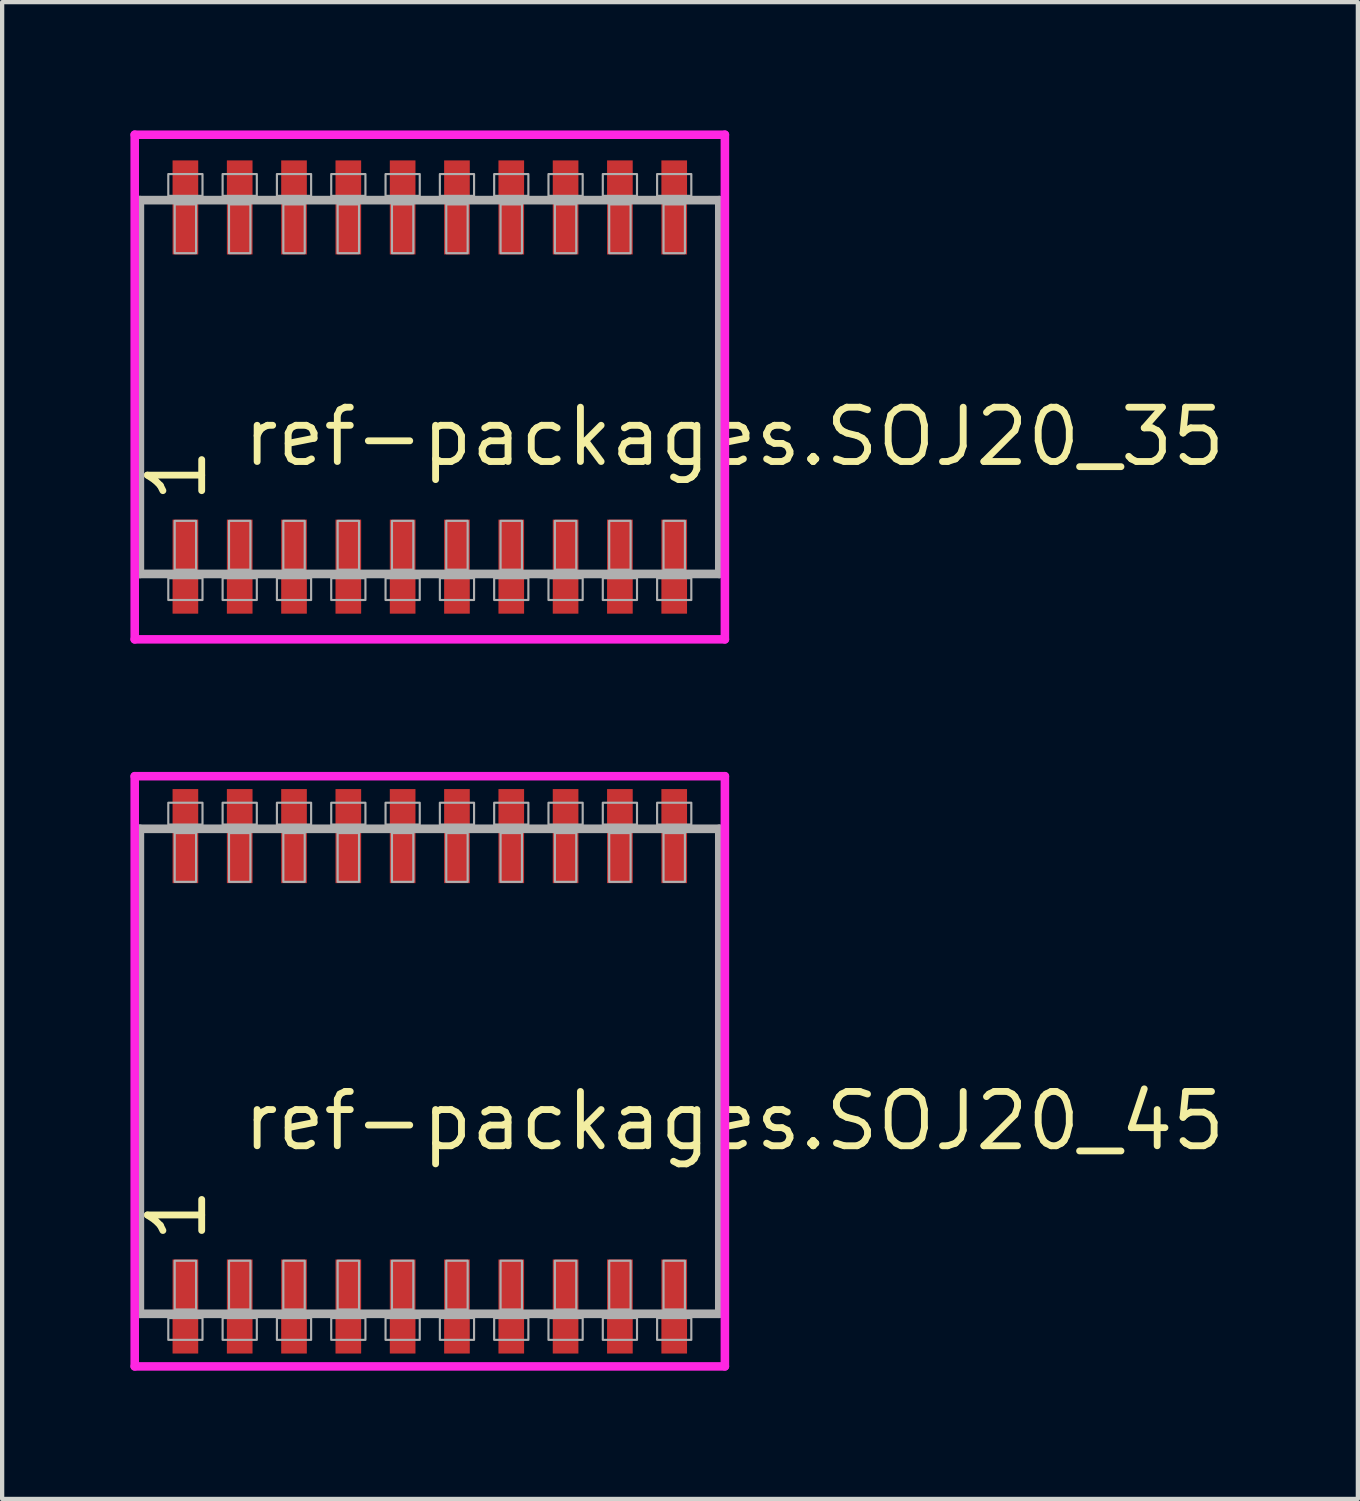
<source format=kicad_pcb>
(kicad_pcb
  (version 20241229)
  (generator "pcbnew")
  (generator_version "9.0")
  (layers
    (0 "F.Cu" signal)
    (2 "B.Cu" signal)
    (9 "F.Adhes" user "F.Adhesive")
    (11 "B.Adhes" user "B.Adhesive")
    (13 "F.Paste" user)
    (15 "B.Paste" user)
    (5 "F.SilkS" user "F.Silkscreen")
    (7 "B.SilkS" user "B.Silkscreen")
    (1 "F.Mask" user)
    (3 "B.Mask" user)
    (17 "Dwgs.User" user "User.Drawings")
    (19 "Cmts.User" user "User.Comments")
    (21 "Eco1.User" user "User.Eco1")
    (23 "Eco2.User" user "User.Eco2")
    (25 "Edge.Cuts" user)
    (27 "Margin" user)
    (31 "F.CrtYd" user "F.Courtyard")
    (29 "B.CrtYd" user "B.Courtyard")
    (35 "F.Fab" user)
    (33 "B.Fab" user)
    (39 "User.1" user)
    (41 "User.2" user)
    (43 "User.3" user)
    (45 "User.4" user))
  (footprint "ref-packages.SOJ20_45"
    (layer "F.Cu")
    (at 7 22)
    (property "Reference" "ref-packages.SOJ20_45" (at -4.445 1.905 0) (layer "F.SilkS") (effects (font (size 1.27 1.27) (thickness 0.16)) (justify left bottom)))
    (attr smd)
    (fp_line (start -6.9 -6.9) (end 6.9 -6.9) (stroke (width 0.2) (type default)) (layer "F.CrtYd"))
    (fp_line (start -6.9 6.9) (end -6.9 -6.9) (stroke (width 0.2) (type default)) (layer "F.CrtYd"))
    (fp_line (start 6.9 -6.9) (end 6.9 6.9) (stroke (width 0.2) (type default)) (layer "F.CrtYd"))
    (fp_line (start 6.9 6.9) (end -6.9 6.9) (stroke (width 0.2) (type default)) (layer "F.CrtYd"))
    (fp_line (start -6.78 -5.67) (end 6.77 -5.67) (stroke (width 0.203) (type default)) (layer "F.Fab"))
    (fp_line (start -6.78 5.67) (end -6.78 -5.67) (stroke (width 0.203) (type default)) (layer "F.Fab"))
    (fp_line (start 6.77 -5.67) (end 6.77 5.67) (stroke (width 0.203) (type default)) (layer "F.Fab"))
    (fp_line (start 6.77 5.67) (end -6.78 5.67) (stroke (width 0.203) (type default)) (layer "F.Fab"))
    (fp_rect (start -6.115 -5.77) (end -5.315 -6.28) (stroke (width 0.05) (type default)) (fill no) (layer "F.Fab"))
    (fp_rect (start -6.115 6.28) (end -5.315 5.77) (stroke (width 0.05) (type default)) (fill no) (layer "F.Fab"))
    (fp_rect (start -5.965 -4.43) (end -5.465 -5.57) (stroke (width 0.05) (type default)) (fill no) (layer "F.Fab"))
    (fp_rect (start -5.965 5.57) (end -5.465 4.43) (stroke (width 0.05) (type default)) (fill no) (layer "F.Fab"))
    (fp_rect (start -4.845 -5.77) (end -4.045 -6.28) (stroke (width 0.05) (type default)) (fill no) (layer "F.Fab"))
    (fp_rect (start -4.845 6.28) (end -4.045 5.77) (stroke (width 0.05) (type default)) (fill no) (layer "F.Fab"))
    (fp_rect (start -4.695 -4.43) (end -4.195 -5.57) (stroke (width 0.05) (type default)) (fill no) (layer "F.Fab"))
    (fp_rect (start -4.695 5.57) (end -4.195 4.43) (stroke (width 0.05) (type default)) (fill no) (layer "F.Fab"))
    (fp_rect (start -3.575 -5.77) (end -2.775 -6.28) (stroke (width 0.05) (type default)) (fill no) (layer "F.Fab"))
    (fp_rect (start -3.575 6.28) (end -2.775 5.77) (stroke (width 0.05) (type default)) (fill no) (layer "F.Fab"))
    (fp_rect (start -3.425 -4.43) (end -2.925 -5.57) (stroke (width 0.05) (type default)) (fill no) (layer "F.Fab"))
    (fp_rect (start -3.425 5.57) (end -2.925 4.43) (stroke (width 0.05) (type default)) (fill no) (layer "F.Fab"))
    (fp_rect (start -2.305 -5.77) (end -1.505 -6.28) (stroke (width 0.05) (type default)) (fill no) (layer "F.Fab"))
    (fp_rect (start -2.305 6.28) (end -1.505 5.77) (stroke (width 0.05) (type default)) (fill no) (layer "F.Fab"))
    (fp_rect (start -2.155 -4.43) (end -1.655 -5.57) (stroke (width 0.05) (type default)) (fill no) (layer "F.Fab"))
    (fp_rect (start -2.155 5.57) (end -1.655 4.43) (stroke (width 0.05) (type default)) (fill no) (layer "F.Fab"))
    (fp_rect (start -1.035 -5.77) (end -0.235 -6.28) (stroke (width 0.05) (type default)) (fill no) (layer "F.Fab"))
    (fp_rect (start -1.035 6.28) (end -0.235 5.77) (stroke (width 0.05) (type default)) (fill no) (layer "F.Fab"))
    (fp_rect (start -0.885 -4.43) (end -0.385 -5.57) (stroke (width 0.05) (type default)) (fill no) (layer "F.Fab"))
    (fp_rect (start -0.885 5.57) (end -0.385 4.43) (stroke (width 0.05) (type default)) (fill no) (layer "F.Fab"))
    (fp_rect (start 0.235 -5.77) (end 1.035 -6.28) (stroke (width 0.05) (type default)) (fill no) (layer "F.Fab"))
    (fp_rect (start 0.235 6.28) (end 1.035 5.77) (stroke (width 0.05) (type default)) (fill no) (layer "F.Fab"))
    (fp_rect (start 0.385 -4.43) (end 0.885 -5.57) (stroke (width 0.05) (type default)) (fill no) (layer "F.Fab"))
    (fp_rect (start 0.385 5.57) (end 0.885 4.43) (stroke (width 0.05) (type default)) (fill no) (layer "F.Fab"))
    (fp_rect (start 1.505 -5.77) (end 2.305 -6.28) (stroke (width 0.05) (type default)) (fill no) (layer "F.Fab"))
    (fp_rect (start 1.505 6.28) (end 2.305 5.77) (stroke (width 0.05) (type default)) (fill no) (layer "F.Fab"))
    (fp_rect (start 1.655 -4.43) (end 2.155 -5.57) (stroke (width 0.05) (type default)) (fill no) (layer "F.Fab"))
    (fp_rect (start 1.655 5.57) (end 2.155 4.43) (stroke (width 0.05) (type default)) (fill no) (layer "F.Fab"))
    (fp_rect (start 2.775 -5.77) (end 3.575 -6.28) (stroke (width 0.05) (type default)) (fill no) (layer "F.Fab"))
    (fp_rect (start 2.775 6.28) (end 3.575 5.77) (stroke (width 0.05) (type default)) (fill no) (layer "F.Fab"))
    (fp_rect (start 2.925 -4.43) (end 3.425 -5.57) (stroke (width 0.05) (type default)) (fill no) (layer "F.Fab"))
    (fp_rect (start 2.925 5.57) (end 3.425 4.43) (stroke (width 0.05) (type default)) (fill no) (layer "F.Fab"))
    (fp_rect (start 4.045 -5.77) (end 4.845 -6.28) (stroke (width 0.05) (type default)) (fill no) (layer "F.Fab"))
    (fp_rect (start 4.045 6.28) (end 4.845 5.77) (stroke (width 0.05) (type default)) (fill no) (layer "F.Fab"))
    (fp_rect (start 4.195 -4.43) (end 4.695 -5.57) (stroke (width 0.05) (type default)) (fill no) (layer "F.Fab"))
    (fp_rect (start 4.195 5.57) (end 4.695 4.43) (stroke (width 0.05) (type default)) (fill no) (layer "F.Fab"))
    (fp_rect (start 5.315 -5.77) (end 6.115 -6.28) (stroke (width 0.05) (type default)) (fill no) (layer "F.Fab"))
    (fp_rect (start 5.315 6.28) (end 6.115 5.77) (stroke (width 0.05) (type default)) (fill no) (layer "F.Fab"))
    (fp_rect (start 5.465 -4.43) (end 5.965 -5.57) (stroke (width 0.05) (type default)) (fill no) (layer "F.Fab"))
    (fp_rect (start 5.465 5.57) (end 5.965 4.43) (stroke (width 0.05) (type default)) (fill no) (layer "F.Fab"))
    (fp_text user "1" (at -5.17 4.07 90) (layer "F.SilkS") (effects (font (size 1.27 1.27) (thickness 0.16)) (justify left bottom)))
    (pad "1" smd roundrect (at -5.715 5.5) (size 0.6 2.2) (layers "F.Cu" "F.Mask" "F.Paste") (roundrect_rratio 0.01))
    (pad "2" smd roundrect (at -4.445 5.5) (size 0.6 2.2) (layers "F.Cu" "F.Mask" "F.Paste") (roundrect_rratio 0.01))
    (pad "3" smd roundrect (at -3.175 5.5) (size 0.6 2.2) (layers "F.Cu" "F.Mask" "F.Paste") (roundrect_rratio 0.01))
    (pad "4" smd roundrect (at -1.905 5.5) (size 0.6 2.2) (layers "F.Cu" "F.Mask" "F.Paste") (roundrect_rratio 0.01))
    (pad "5" smd roundrect (at -0.635 5.5) (size 0.6 2.2) (layers "F.Cu" "F.Mask" "F.Paste") (roundrect_rratio 0.01))
    (pad "6" smd roundrect (at 0.635 5.5) (size 0.6 2.2) (layers "F.Cu" "F.Mask" "F.Paste") (roundrect_rratio 0.01))
    (pad "7" smd roundrect (at 1.905 5.5) (size 0.6 2.2) (layers "F.Cu" "F.Mask" "F.Paste") (roundrect_rratio 0.01))
    (pad "8" smd roundrect (at 3.175 5.5) (size 0.6 2.2) (layers "F.Cu" "F.Mask" "F.Paste") (roundrect_rratio 0.01))
    (pad "9" smd roundrect (at 4.445 5.5) (size 0.6 2.2) (layers "F.Cu" "F.Mask" "F.Paste") (roundrect_rratio 0.01))
    (pad "10" smd roundrect (at 5.715 5.5) (size 0.6 2.2) (layers "F.Cu" "F.Mask" "F.Paste") (roundrect_rratio 0.01))
    (pad "11" smd roundrect (at 5.715 -5.5) (size 0.6 2.2) (layers "F.Cu" "F.Mask" "F.Paste") (roundrect_rratio 0.01))
    (pad "12" smd roundrect (at 4.445 -5.5) (size 0.6 2.2) (layers "F.Cu" "F.Mask" "F.Paste") (roundrect_rratio 0.01))
    (pad "13" smd roundrect (at 3.175 -5.5) (size 0.6 2.2) (layers "F.Cu" "F.Mask" "F.Paste") (roundrect_rratio 0.01))
    (pad "14" smd roundrect (at 1.905 -5.5) (size 0.6 2.2) (layers "F.Cu" "F.Mask" "F.Paste") (roundrect_rratio 0.01))
    (pad "15" smd roundrect (at 0.635 -5.5) (size 0.6 2.2) (layers "F.Cu" "F.Mask" "F.Paste") (roundrect_rratio 0.01))
    (pad "16" smd roundrect (at -0.635 -5.5) (size 0.6 2.2) (layers "F.Cu" "F.Mask" "F.Paste") (roundrect_rratio 0.01))
    (pad "17" smd roundrect (at -1.905 -5.5) (size 0.6 2.2) (layers "F.Cu" "F.Mask" "F.Paste") (roundrect_rratio 0.01))
    (pad "18" smd roundrect (at -3.175 -5.5) (size 0.6 2.2) (layers "F.Cu" "F.Mask" "F.Paste") (roundrect_rratio 0.01))
    (pad "19" smd roundrect (at -4.445 -5.5) (size 0.6 2.2) (layers "F.Cu" "F.Mask" "F.Paste") (roundrect_rratio 0.01))
    (pad "20" smd roundrect (at -5.715 -5.5) (size 0.6 2.2) (layers "F.Cu" "F.Mask" "F.Paste") (roundrect_rratio 0.01)))
  (footprint "ref-packages.SOJ20_35"
    (layer "F.Cu")
    (at 7 6)
    (property "Reference" "ref-packages.SOJ20_35" (at -4.445 1.905 0) (layer "F.SilkS") (effects (font (size 1.27 1.27) (thickness 0.16)) (justify left bottom)))
    (attr smd)
    (fp_line (start -6.9 -5.9) (end 6.9 -5.9) (stroke (width 0.2) (type default)) (layer "F.CrtYd"))
    (fp_line (start -6.9 5.9) (end -6.9 -5.9) (stroke (width 0.2) (type default)) (layer "F.CrtYd"))
    (fp_line (start 6.9 -5.9) (end 6.9 5.9) (stroke (width 0.2) (type default)) (layer "F.CrtYd"))
    (fp_line (start 6.9 5.9) (end -6.9 5.9) (stroke (width 0.2) (type default)) (layer "F.CrtYd"))
    (fp_line (start -6.78 -4.37) (end 6.77 -4.37) (stroke (width 0.203) (type default)) (layer "F.Fab"))
    (fp_line (start -6.78 4.37) (end -6.78 -4.37) (stroke (width 0.203) (type default)) (layer "F.Fab"))
    (fp_line (start 6.77 -4.37) (end 6.77 4.37) (stroke (width 0.203) (type default)) (layer "F.Fab"))
    (fp_line (start 6.77 4.37) (end -6.78 4.37) (stroke (width 0.203) (type default)) (layer "F.Fab"))
    (fp_rect (start -6.115 -4.47) (end -5.315 -4.98) (stroke (width 0.05) (type default)) (fill no) (layer "F.Fab"))
    (fp_rect (start -6.115 4.98) (end -5.315 4.47) (stroke (width 0.05) (type default)) (fill no) (layer "F.Fab"))
    (fp_rect (start -5.965 -3.13) (end -5.465 -4.27) (stroke (width 0.05) (type default)) (fill no) (layer "F.Fab"))
    (fp_rect (start -5.965 4.27) (end -5.465 3.13) (stroke (width 0.05) (type default)) (fill no) (layer "F.Fab"))
    (fp_rect (start -4.845 -4.47) (end -4.045 -4.98) (stroke (width 0.05) (type default)) (fill no) (layer "F.Fab"))
    (fp_rect (start -4.845 4.98) (end -4.045 4.47) (stroke (width 0.05) (type default)) (fill no) (layer "F.Fab"))
    (fp_rect (start -4.695 -3.13) (end -4.195 -4.27) (stroke (width 0.05) (type default)) (fill no) (layer "F.Fab"))
    (fp_rect (start -4.695 4.27) (end -4.195 3.13) (stroke (width 0.05) (type default)) (fill no) (layer "F.Fab"))
    (fp_rect (start -3.575 -4.47) (end -2.775 -4.98) (stroke (width 0.05) (type default)) (fill no) (layer "F.Fab"))
    (fp_rect (start -3.575 4.98) (end -2.775 4.47) (stroke (width 0.05) (type default)) (fill no) (layer "F.Fab"))
    (fp_rect (start -3.425 -3.13) (end -2.925 -4.27) (stroke (width 0.05) (type default)) (fill no) (layer "F.Fab"))
    (fp_rect (start -3.425 4.27) (end -2.925 3.13) (stroke (width 0.05) (type default)) (fill no) (layer "F.Fab"))
    (fp_rect (start -2.305 -4.47) (end -1.505 -4.98) (stroke (width 0.05) (type default)) (fill no) (layer "F.Fab"))
    (fp_rect (start -2.305 4.98) (end -1.505 4.47) (stroke (width 0.05) (type default)) (fill no) (layer "F.Fab"))
    (fp_rect (start -2.155 -3.13) (end -1.655 -4.27) (stroke (width 0.05) (type default)) (fill no) (layer "F.Fab"))
    (fp_rect (start -2.155 4.27) (end -1.655 3.13) (stroke (width 0.05) (type default)) (fill no) (layer "F.Fab"))
    (fp_rect (start -1.035 -4.47) (end -0.235 -4.98) (stroke (width 0.05) (type default)) (fill no) (layer "F.Fab"))
    (fp_rect (start -1.035 4.98) (end -0.235 4.47) (stroke (width 0.05) (type default)) (fill no) (layer "F.Fab"))
    (fp_rect (start -0.885 -3.13) (end -0.385 -4.27) (stroke (width 0.05) (type default)) (fill no) (layer "F.Fab"))
    (fp_rect (start -0.885 4.27) (end -0.385 3.13) (stroke (width 0.05) (type default)) (fill no) (layer "F.Fab"))
    (fp_rect (start 0.235 -4.47) (end 1.035 -4.98) (stroke (width 0.05) (type default)) (fill no) (layer "F.Fab"))
    (fp_rect (start 0.235 4.98) (end 1.035 4.47) (stroke (width 0.05) (type default)) (fill no) (layer "F.Fab"))
    (fp_rect (start 0.385 -3.13) (end 0.885 -4.27) (stroke (width 0.05) (type default)) (fill no) (layer "F.Fab"))
    (fp_rect (start 0.385 4.27) (end 0.885 3.13) (stroke (width 0.05) (type default)) (fill no) (layer "F.Fab"))
    (fp_rect (start 1.505 -4.47) (end 2.305 -4.98) (stroke (width 0.05) (type default)) (fill no) (layer "F.Fab"))
    (fp_rect (start 1.505 4.98) (end 2.305 4.47) (stroke (width 0.05) (type default)) (fill no) (layer "F.Fab"))
    (fp_rect (start 1.655 -3.13) (end 2.155 -4.27) (stroke (width 0.05) (type default)) (fill no) (layer "F.Fab"))
    (fp_rect (start 1.655 4.27) (end 2.155 3.13) (stroke (width 0.05) (type default)) (fill no) (layer "F.Fab"))
    (fp_rect (start 2.775 -4.47) (end 3.575 -4.98) (stroke (width 0.05) (type default)) (fill no) (layer "F.Fab"))
    (fp_rect (start 2.775 4.98) (end 3.575 4.47) (stroke (width 0.05) (type default)) (fill no) (layer "F.Fab"))
    (fp_rect (start 2.925 -3.13) (end 3.425 -4.27) (stroke (width 0.05) (type default)) (fill no) (layer "F.Fab"))
    (fp_rect (start 2.925 4.27) (end 3.425 3.13) (stroke (width 0.05) (type default)) (fill no) (layer "F.Fab"))
    (fp_rect (start 4.045 -4.47) (end 4.845 -4.98) (stroke (width 0.05) (type default)) (fill no) (layer "F.Fab"))
    (fp_rect (start 4.045 4.98) (end 4.845 4.47) (stroke (width 0.05) (type default)) (fill no) (layer "F.Fab"))
    (fp_rect (start 4.195 -3.13) (end 4.695 -4.27) (stroke (width 0.05) (type default)) (fill no) (layer "F.Fab"))
    (fp_rect (start 4.195 4.27) (end 4.695 3.13) (stroke (width 0.05) (type default)) (fill no) (layer "F.Fab"))
    (fp_rect (start 5.315 -4.47) (end 6.115 -4.98) (stroke (width 0.05) (type default)) (fill no) (layer "F.Fab"))
    (fp_rect (start 5.315 4.98) (end 6.115 4.47) (stroke (width 0.05) (type default)) (fill no) (layer "F.Fab"))
    (fp_rect (start 5.465 -3.13) (end 5.965 -4.27) (stroke (width 0.05) (type default)) (fill no) (layer "F.Fab"))
    (fp_rect (start 5.465 4.27) (end 5.965 3.13) (stroke (width 0.05) (type default)) (fill no) (layer "F.Fab"))
    (fp_text user "1" (at -5.17 2.77 90) (layer "F.SilkS") (effects (font (size 1.27 1.27) (thickness 0.16)) (justify left bottom)))
    (pad "1" smd roundrect (at -5.715 4.2) (size 0.6 2.2) (layers "F.Cu" "F.Mask" "F.Paste") (roundrect_rratio 0.01))
    (pad "2" smd roundrect (at -4.445 4.2) (size 0.6 2.2) (layers "F.Cu" "F.Mask" "F.Paste") (roundrect_rratio 0.01))
    (pad "3" smd roundrect (at -3.175 4.2) (size 0.6 2.2) (layers "F.Cu" "F.Mask" "F.Paste") (roundrect_rratio 0.01))
    (pad "4" smd roundrect (at -1.905 4.2) (size 0.6 2.2) (layers "F.Cu" "F.Mask" "F.Paste") (roundrect_rratio 0.01))
    (pad "5" smd roundrect (at -0.635 4.2) (size 0.6 2.2) (layers "F.Cu" "F.Mask" "F.Paste") (roundrect_rratio 0.01))
    (pad "6" smd roundrect (at 0.635 4.2) (size 0.6 2.2) (layers "F.Cu" "F.Mask" "F.Paste") (roundrect_rratio 0.01))
    (pad "7" smd roundrect (at 1.905 4.2) (size 0.6 2.2) (layers "F.Cu" "F.Mask" "F.Paste") (roundrect_rratio 0.01))
    (pad "8" smd roundrect (at 3.175 4.2) (size 0.6 2.2) (layers "F.Cu" "F.Mask" "F.Paste") (roundrect_rratio 0.01))
    (pad "9" smd roundrect (at 4.445 4.2) (size 0.6 2.2) (layers "F.Cu" "F.Mask" "F.Paste") (roundrect_rratio 0.01))
    (pad "10" smd roundrect (at 5.715 4.2) (size 0.6 2.2) (layers "F.Cu" "F.Mask" "F.Paste") (roundrect_rratio 0.01))
    (pad "11" smd roundrect (at 5.715 -4.2) (size 0.6 2.2) (layers "F.Cu" "F.Mask" "F.Paste") (roundrect_rratio 0.01))
    (pad "12" smd roundrect (at 4.445 -4.2) (size 0.6 2.2) (layers "F.Cu" "F.Mask" "F.Paste") (roundrect_rratio 0.01))
    (pad "13" smd roundrect (at 3.175 -4.2) (size 0.6 2.2) (layers "F.Cu" "F.Mask" "F.Paste") (roundrect_rratio 0.01))
    (pad "14" smd roundrect (at 1.905 -4.2) (size 0.6 2.2) (layers "F.Cu" "F.Mask" "F.Paste") (roundrect_rratio 0.01))
    (pad "15" smd roundrect (at 0.635 -4.2) (size 0.6 2.2) (layers "F.Cu" "F.Mask" "F.Paste") (roundrect_rratio 0.01))
    (pad "16" smd roundrect (at -0.635 -4.2) (size 0.6 2.2) (layers "F.Cu" "F.Mask" "F.Paste") (roundrect_rratio 0.01))
    (pad "17" smd roundrect (at -1.905 -4.2) (size 0.6 2.2) (layers "F.Cu" "F.Mask" "F.Paste") (roundrect_rratio 0.01))
    (pad "18" smd roundrect (at -3.175 -4.2) (size 0.6 2.2) (layers "F.Cu" "F.Mask" "F.Paste") (roundrect_rratio 0.01))
    (pad "19" smd roundrect (at -4.445 -4.2) (size 0.6 2.2) (layers "F.Cu" "F.Mask" "F.Paste") (roundrect_rratio 0.01))
    (pad "20" smd roundrect (at -5.715 -4.2) (size 0.6 2.2) (layers "F.Cu" "F.Mask" "F.Paste") (roundrect_rratio 0.01)))
  (gr_rect
    (start -3 -3)
    (end 28.701 32)
    (stroke (width 0.1) (type default))
    (fill no)
    (layer "Edge.Cuts")))
</source>
